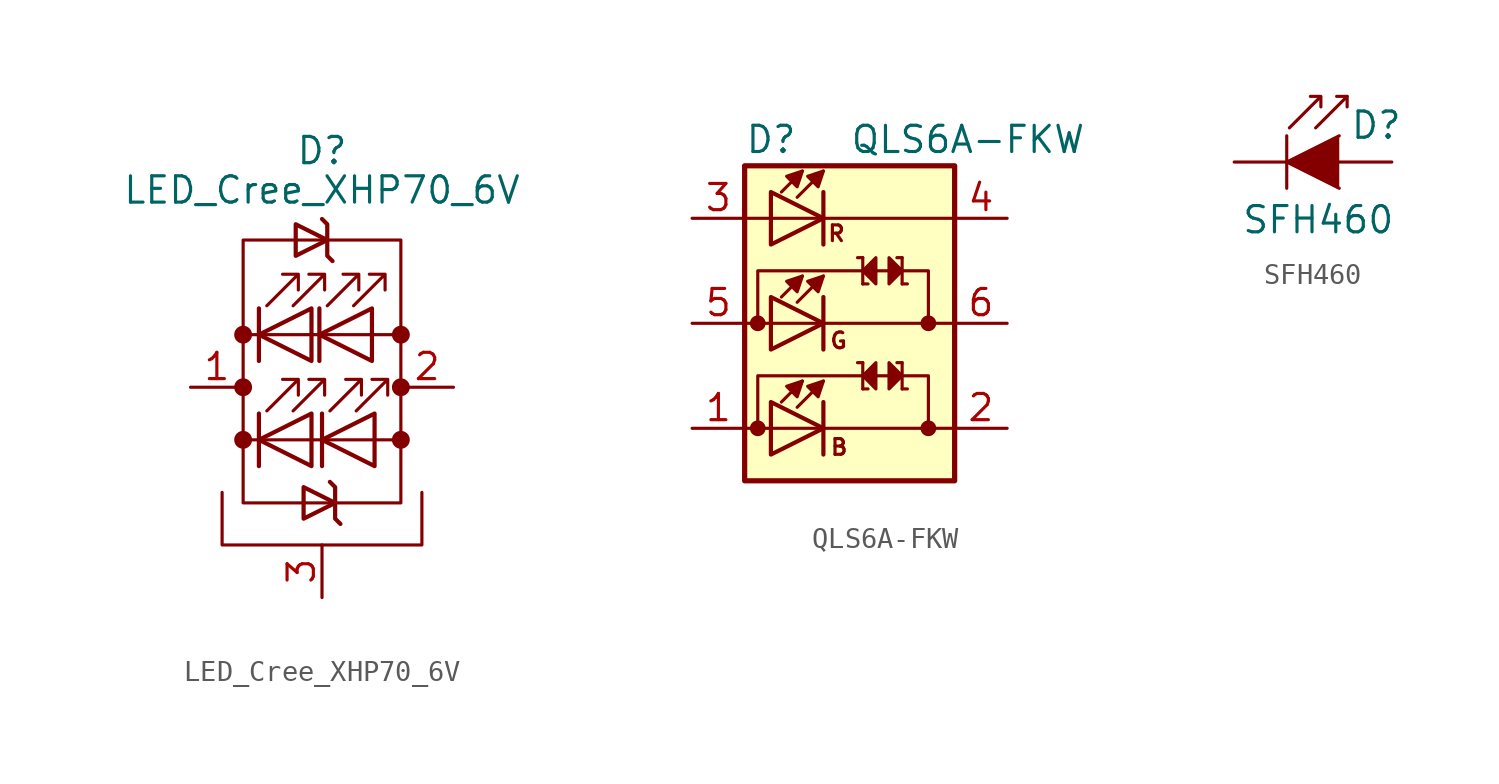
<source format=kicad_sym>
(kicad_symbol_lib
  (version 20201005)
  (generator kicad_symbol_editor)
  (symbol "LED_Cree_XHP70_6V"
    (pin_names
      (offset 1.016) hide)
    (property "Reference" "D"
      (at 0 11.43 0)
      (effects (font (size 1.27 1.27))))
    (property "Value" "LED_Cree_XHP70_6V"
      (at 0 9.525 0)
      (effects (font (size 1.27 1.27))))
    (symbol "LED_Cree_XHP70_6V_0_1"
      (circle (center -3.81 -2.54) (radius 0.356) (stroke (width 0)) (fill (type outline)))
      (circle (center -3.81 0) (radius 0.356) (stroke (width 0)) (fill (type outline)))
      (circle (center -3.81 2.54) (radius 0.356) (stroke (width 0)) (fill (type outline)))
      (circle (center 3.81 -2.54) (radius 0.356) (stroke (width 0)) (fill (type outline)))
      (circle (center 3.81 0) (radius 0.356) (stroke (width 0)) (fill (type outline)))
      (circle (center 3.81 2.54) (radius 0.356) (stroke (width 0)) (fill (type outline)))
      (polyline (pts (xy -3.81 -2.54) (xy 3.81 -2.54)) (stroke (width 0)) (fill (type none)))
      (polyline (pts (xy -3.048 -3.81) (xy -3.048 -1.27)) (stroke (width 0.203)) (fill (type none)))
      (polyline (pts (xy -3.048 1.27) (xy -3.048 3.81)) (stroke (width 0.203)) (fill (type none)))
      (polyline (pts (xy -0.127 1.27) (xy -0.127 3.81)) (stroke (width 0.203)) (fill (type none)))
      (polyline (pts (xy 0 -3.81) (xy 0 -1.27)) (stroke (width 0.203)) (fill (type none)))
      (polyline (pts (xy 3.81 2.54) (xy -3.81 2.54)) (stroke (width 0)) (fill (type none)))
      (polyline (pts (xy -4.826 -5.08) (xy -4.826 -7.62) (xy 4.826 -7.62) (xy 4.826 -5.08)) (stroke (width 0)) (fill (type none)))
      (polyline (pts (xy -0.508 -3.81) (xy -0.508 -1.27) (xy -3.048 -2.54) (xy -0.508 -3.81)) (stroke (width 0.203)) (fill (type none)))
      (polyline (pts (xy -0.508 1.27) (xy -0.508 3.81) (xy -3.048 2.54) (xy -0.508 1.27)) (stroke (width 0.203)) (fill (type none)))
      (polyline (pts (xy 0.508 6.096) (xy 0.254 6.35) (xy 0.254 7.874) (xy 0 8.128)) (stroke (width 0.203)) (fill (type none)))
      (polyline (pts (xy 0.889 -6.604) (xy 0.635 -6.35) (xy 0.635 -4.826) (xy 0.381 -4.572)) (stroke (width 0.203)) (fill (type none)))
      (polyline (pts (xy 2.413 1.27) (xy 2.413 3.81) (xy -0.127 2.54) (xy 2.413 1.27)) (stroke (width 0.203)) (fill (type none)))
      (polyline (pts (xy 2.54 -3.81) (xy 2.54 -1.27) (xy 0 -2.54) (xy 2.54 -3.81)) (stroke (width 0.203)) (fill (type none)))
      (polyline (pts (xy -3.81 -5.588) (xy -3.81 7.112) (xy 3.81 7.112) (xy 3.81 -5.588) (xy -3.81 -5.588)) (stroke (width 0)) (fill (type none)))
      (polyline (pts (xy -2.667 -1.143) (xy -1.143 0.381) (xy -1.905 0.381) (xy -1.143 0.381) (xy -1.143 -0.381)) (stroke (width 0)) (fill (type none)))
      (polyline (pts (xy -2.667 3.937) (xy -1.143 5.461) (xy -1.905 5.461) (xy -1.143 5.461) (xy -1.143 4.699)) (stroke (width 0)) (fill (type none)))
      (polyline (pts (xy -1.397 -1.143) (xy 0.127 0.381) (xy -0.635 0.381) (xy 0.127 0.381) (xy 0.127 -0.381)) (stroke (width 0)) (fill (type none)))
      (polyline (pts (xy -1.397 3.937) (xy 0.127 5.461) (xy -0.635 5.461) (xy 0.127 5.461) (xy 0.127 4.699)) (stroke (width 0)) (fill (type none)))
      (polyline (pts (xy -1.27 6.35) (xy -1.27 7.874) (xy 0.254 7.112) (xy -1.27 6.35) (xy -1.27 6.604)) (stroke (width 0.203)) (fill (type none)))
      (polyline (pts (xy -0.889 -6.35) (xy -0.889 -4.826) (xy 0.635 -5.588) (xy -0.889 -6.35) (xy -0.889 -6.096)) (stroke (width 0.203)) (fill (type none)))
      (polyline (pts (xy 0.254 3.937) (xy 1.778 5.461) (xy 1.016 5.461) (xy 1.778 5.461) (xy 1.778 4.699)) (stroke (width 0)) (fill (type none)))
      (polyline (pts (xy 0.381 -1.143) (xy 1.905 0.381) (xy 1.143 0.381) (xy 1.905 0.381) (xy 1.905 -0.381)) (stroke (width 0)) (fill (type none)))
      (polyline (pts (xy 1.524 3.937) (xy 3.048 5.461) (xy 2.286 5.461) (xy 3.048 5.461) (xy 3.048 4.699)) (stroke (width 0)) (fill (type none)))
      (polyline (pts (xy 1.651 -1.143) (xy 3.175 0.381) (xy 2.413 0.381) (xy 3.175 0.381) (xy 3.175 -0.381)) (stroke (width 0)) (fill (type none))))
    (symbol "LED_Cree_XHP70_6V_1_1"
      (pin passive line (at -6.35 0 0) (length 2.54) (name "K" (effects (font (size 1.27 1.27)))) (number "1" (effects (font (size 1.27 1.27)))))
      (pin passive line (at 6.35 0 180) (length 2.54) (name "A" (effects (font (size 1.27 1.27)))) (number "2" (effects (font (size 1.27 1.27)))))
      (pin passive line (at 0 -10.16 90) (length 2.54) (name "PAD" (effects (font (size 1.27 1.27)))) (number "3" (effects (font (size 1.27 1.27)))))))
  (symbol "QLS6A-FKW"
    (pin_names hide)
    (property "Reference" "D"
      (at -5.08 8.89 0)
      (effects (font (size 1.27 1.27)) (justify left)))
    (property "Value" "QLS6A-FKW"
      (at 0 8.89 0)
      (effects (font (size 1.27 1.27)) (justify left)))
    (symbol "QLS6A-FKW_0_0"
      (text "B" (at -0.508 -5.994 0) (effects (font (size 0.762 0.762))))
      (text "G" (at -0.533 -0.838 0) (effects (font (size 0.762 0.762))))
      (text "R" (at -0.635 4.343 0) (effects (font (size 0.762 0.762)))))
    (symbol "QLS6A-FKW_0_1"
      (rectangle (start -5.08 7.62) (end 5.08 -7.62) (stroke (width 0.254)) (fill (type background)))
      (polyline (pts (xy -5.08 -5.08) (xy 5.08 -5.08)) (stroke (width 0)) (fill (type none)))
      (polyline (pts (xy -5.08 0) (xy 5.08 0)) (stroke (width 0)) (fill (type none)))
      (polyline (pts (xy -2.54 -4.064) (xy -1.27 -2.794)) (stroke (width 0)) (fill (type none)))
      (polyline (pts (xy -2.54 1.016) (xy -1.27 2.286)) (stroke (width 0)) (fill (type none)))
      (polyline (pts (xy -2.54 6.096) (xy -1.27 7.366)) (stroke (width 0)) (fill (type none)))
      (polyline (pts (xy -1.27 -3.81) (xy -1.27 -6.35)) (stroke (width 0.203)) (fill (type none)))
      (polyline (pts (xy -1.27 1.27) (xy -1.27 -1.27)) (stroke (width 0.203)) (fill (type none)))
      (polyline (pts (xy -1.27 6.35) (xy -1.27 3.81)) (stroke (width 0.203)) (fill (type none)))
      (polyline (pts (xy 0.635 -1.905) (xy 0.381 -1.905)) (stroke (width 0)) (fill (type none)))
      (polyline (pts (xy 0.635 -1.905) (xy 0.635 -3.175)) (stroke (width 0)) (fill (type none)))
      (polyline (pts (xy 0.635 1.905) (xy 0.889 1.905)) (stroke (width 0)) (fill (type none)))
      (polyline (pts (xy 0.635 3.175) (xy 0.381 3.175)) (stroke (width 0)) (fill (type none)))
      (polyline (pts (xy 0.635 3.175) (xy 0.635 1.905)) (stroke (width 0)) (fill (type none)))
      (polyline (pts (xy 0.889 -3.175) (xy 0.635 -3.175)) (stroke (width 0)) (fill (type none)))
      (polyline (pts (xy 2.54 -3.175) (xy 2.794 -3.175)) (stroke (width 0)) (fill (type none)))
      (polyline (pts (xy 2.54 -1.905) (xy 2.286 -1.905)) (stroke (width 0)) (fill (type none)))
      (polyline (pts (xy 2.54 -1.905) (xy 2.54 -3.175)) (stroke (width 0)) (fill (type none)))
      (polyline (pts (xy 2.54 1.905) (xy 2.54 3.175)) (stroke (width 0)) (fill (type none)))
      (polyline (pts (xy 2.54 1.905) (xy 2.794 1.905)) (stroke (width 0)) (fill (type none)))
      (polyline (pts (xy 2.54 3.175) (xy 2.286 3.175)) (stroke (width 0)) (fill (type none)))
      (polyline (pts (xy -4.445 0) (xy -4.445 2.54) (xy 3.81 2.54) (xy 3.81 0)) (stroke (width 0)) (fill (type none)))
      (polyline (pts (xy -3.81 -3.81) (xy -3.81 -6.35) (xy -1.27 -5.08) (xy -3.81 -3.81)) (stroke (width 0.203)) (fill (type none)))
      (polyline (pts (xy -3.81 1.27) (xy -3.81 -1.27) (xy -1.27 0) (xy -3.81 1.27)) (stroke (width 0.203)) (fill (type none)))
      (polyline (pts (xy -3.81 6.35) (xy -1.27 5.08) (xy -3.81 3.81) (xy -3.81 6.35)) (stroke (width 0.203)) (fill (type none)))
      (polyline (pts (xy -2.286 -2.794) (xy -2.54 -3.556) (xy -3.048 -3.048) (xy -2.286 -2.794)) (stroke (width 0)) (fill (type outline)))
      (polyline (pts (xy -2.286 2.286) (xy -2.54 1.524) (xy -3.048 2.032) (xy -2.286 2.286)) (stroke (width 0)) (fill (type outline)))
      (polyline (pts (xy -2.286 7.366) (xy -2.54 6.604) (xy -3.048 7.112) (xy -2.286 7.366)) (stroke (width 0)) (fill (type outline)))
      (polyline (pts (xy -1.27 -2.794) (xy -1.524 -3.556) (xy -2.032 -3.048) (xy -1.27 -2.794)) (stroke (width 0)) (fill (type outline)))
      (polyline (pts (xy -1.27 2.286) (xy -1.524 1.524) (xy -2.032 2.032) (xy -1.27 2.286)) (stroke (width 0)) (fill (type outline)))
      (polyline (pts (xy -1.27 7.366) (xy -1.524 6.604) (xy -2.032 7.112) (xy -1.27 7.366)) (stroke (width 0)) (fill (type outline)))
      (polyline (pts (xy 0.635 -2.54) (xy 1.27 -3.175) (xy 1.27 -1.905) (xy 0.635 -2.54)) (stroke (width 0)) (fill (type outline)))
      (polyline (pts (xy 1.27 3.175) (xy 1.27 1.905) (xy 0.635 2.54) (xy 1.27 3.175)) (stroke (width 0)) (fill (type outline)))
      (polyline (pts (xy 1.905 -1.905) (xy 1.905 -3.175) (xy 2.54 -2.54) (xy 1.905 -1.905)) (stroke (width 0)) (fill (type outline)))
      (polyline (pts (xy 1.905 3.175) (xy 1.905 1.905) (xy 2.54 2.54) (xy 1.905 3.175)) (stroke (width 0)) (fill (type outline)))
      (polyline (pts (xy 3.81 -5.08) (xy 3.81 -2.54) (xy -4.445 -2.54) (xy -4.445 -5.08)) (stroke (width 0)) (fill (type none))))
    (symbol "QLS6A-FKW_1_1"
      (circle (center -4.445 -5.08) (radius 0.254) (stroke (width 0.254)) (fill (type outline)))
      (circle (center -4.445 0) (radius 0.254) (stroke (width 0.254)) (fill (type outline)))
      (circle (center 3.81 -5.08) (radius 0.254) (stroke (width 0.254)) (fill (type outline)))
      (circle (center 3.81 0) (radius 0.254) (stroke (width 0.254)) (fill (type outline)))
      (polyline (pts (xy -5.08 5.08) (xy 5.08 5.08)) (stroke (width 0)) (fill (type none)))
      (polyline (pts (xy -2.286 -2.794) (xy -3.302 -3.81)) (stroke (width 0)) (fill (type none)))
      (polyline (pts (xy -2.286 2.286) (xy -3.302 1.27)) (stroke (width 0)) (fill (type none)))
      (polyline (pts (xy -2.286 7.366) (xy -3.302 6.35)) (stroke (width 0)) (fill (type none)))
      (pin passive line (at -7.62 -5.08 0) (length 2.54) (name "AB" (effects (font (size 1.27 1.27)))) (number "1" (effects (font (size 1.27 1.27)))))
      (pin passive line (at 7.62 -5.08 180) (length 2.54) (name "KB" (effects (font (size 1.27 1.27)))) (number "2" (effects (font (size 1.27 1.27)))))
      (pin passive line (at -7.62 5.08 0) (length 2.54) (name "AR" (effects (font (size 1.27 1.27)))) (number "3" (effects (font (size 1.27 1.27)))))
      (pin passive line (at 7.62 5.08 180) (length 2.54) (name "KR" (effects (font (size 1.27 1.27)))) (number "4" (effects (font (size 1.27 1.27)))))
      (pin passive line (at -7.62 0 0) (length 2.54) (name "AG" (effects (font (size 1.27 1.27)))) (number "5" (effects (font (size 1.27 1.27)))))
      (pin passive line (at 7.62 0 180) (length 2.54) (name "KR" (effects (font (size 1.27 1.27)))) (number "6" (effects (font (size 1.27 1.27)))))))
  (symbol "SFH460"
    (pin_numbers hide)
    (pin_names
      (offset 1.016) hide)
    (property "Reference" "D"
      (at 0.508 1.778 0)
      (effects (font (size 1.27 1.27)) (justify left)))
    (property "Value" "SFH460"
      (at -1.016 -2.794 0)
      (effects (font (size 1.27 1.27))))
    (symbol "SFH460_0_1"
      (polyline (pts (xy -2.54 1.27) (xy -2.54 -1.27)) (stroke (width 0.152)) (fill (type none)))
      (polyline (pts (xy 0.381 3.175) (xy -0.127 3.175)) (stroke (width 0)) (fill (type none)))
      (polyline (pts (xy -1.143 1.651) (xy 0.381 3.175) (xy 0.381 2.667)) (stroke (width 0)) (fill (type none)))
      (polyline (pts (xy 0 1.27) (xy -2.54 0) (xy 0 -1.27)) (stroke (width 0)) (fill (type outline)))
      (polyline (pts (xy -2.413 1.651) (xy -0.889 3.175) (xy -0.889 2.667) (xy -0.889 3.175) (xy -1.397 3.175)) (stroke (width 0)) (fill (type none))))
    (symbol "SFH460_1_1"
      (pin passive line (at -5.08 0 0) (length 2.54) (name "K" (effects (font (size 1.27 1.27)))) (number "1" (effects (font (size 1.27 1.27)))))
      (pin passive line (at 2.54 0 180) (length 2.54) (name "A" (effects (font (size 1.27 1.27)))) (number "2" (effects (font (size 1.27 1.27))))))))
</source>
